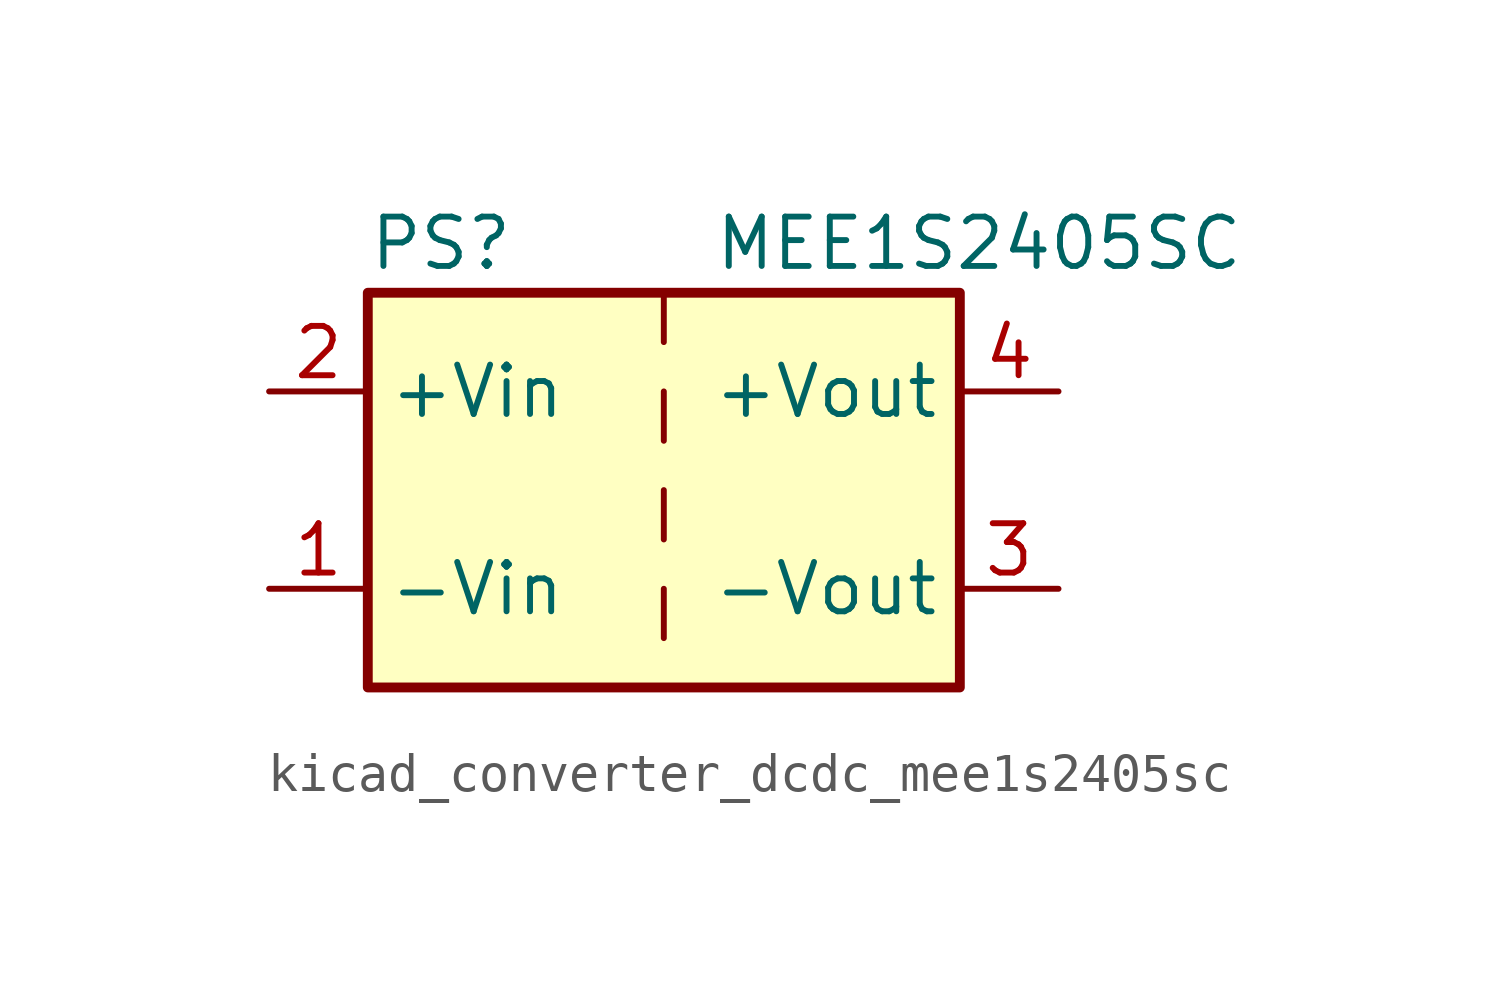
<source format=kicad_sym>
(kicad_symbol_lib
  (version 20220914)
  (generator kicad_symbol_editor)
  (symbol "kicad_converter_dcdc_mee1s2405sc"
    (property "Reference" "PS"
      (at -7.62 6.35 0)
      (effects (font (size 1.27 1.27)) (justify left)))
    (property "Value" "MEE1S2405SC"
      (at 1.27 6.35 0)
      (effects (font (size 1.27 1.27)) (justify left)))
    (symbol "kicad_converter_dcdc_mee1s2405sc_0_0"
      (pin power_in line (at -10.16 -2.54 0) (length 2.54) (name "-Vin" (effects (font (size 1.27 1.27)))) (number "1" (effects (font (size 1.27 1.27)))))
      (pin power_in line (at -10.16 2.54 0) (length 2.54) (name "+Vin" (effects (font (size 1.27 1.27)))) (number "2" (effects (font (size 1.27 1.27)))))
      (pin power_out line (at 10.16 -2.54 180) (length 2.54) (name "-Vout" (effects (font (size 1.27 1.27)))) (number "3" (effects (font (size 1.27 1.27)))))
      (pin power_out line (at 10.16 2.54 180) (length 2.54) (name "+Vout" (effects (font (size 1.27 1.27)))) (number "4" (effects (font (size 1.27 1.27))))))
    (symbol "kicad_converter_dcdc_mee1s2405sc_0_1"
      (rectangle (start -7.62 5.08) (end 7.62 -5.08) (stroke (width 0.254) (type default)) (fill (type background)))
      (polyline (pts (xy 0 -2.54) (xy 0 -3.81)) (stroke (width 0) (type default)) (fill (type none)))
      (polyline (pts (xy 0 0) (xy 0 -1.27)) (stroke (width 0) (type default)) (fill (type none)))
      (polyline (pts (xy 0 2.54) (xy 0 1.27)) (stroke (width 0) (type default)) (fill (type none)))
      (polyline (pts (xy 0 5.08) (xy 0 3.81)) (stroke (width 0) (type default)) (fill (type none))))))
</source>
